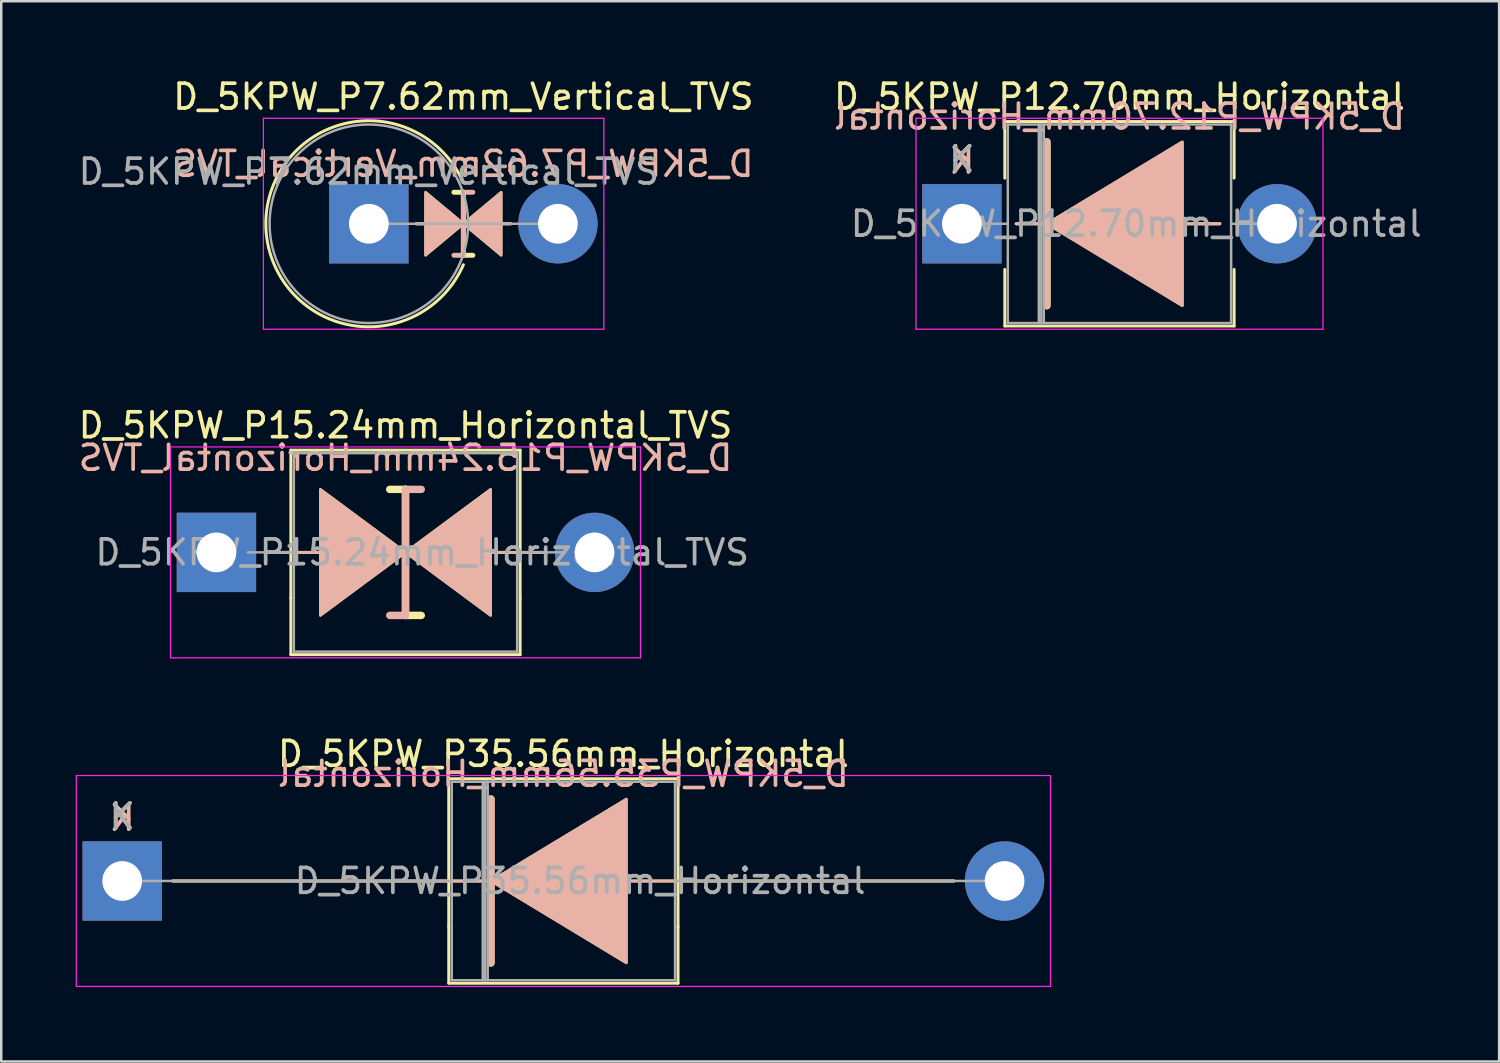
<source format=kicad_pcb>
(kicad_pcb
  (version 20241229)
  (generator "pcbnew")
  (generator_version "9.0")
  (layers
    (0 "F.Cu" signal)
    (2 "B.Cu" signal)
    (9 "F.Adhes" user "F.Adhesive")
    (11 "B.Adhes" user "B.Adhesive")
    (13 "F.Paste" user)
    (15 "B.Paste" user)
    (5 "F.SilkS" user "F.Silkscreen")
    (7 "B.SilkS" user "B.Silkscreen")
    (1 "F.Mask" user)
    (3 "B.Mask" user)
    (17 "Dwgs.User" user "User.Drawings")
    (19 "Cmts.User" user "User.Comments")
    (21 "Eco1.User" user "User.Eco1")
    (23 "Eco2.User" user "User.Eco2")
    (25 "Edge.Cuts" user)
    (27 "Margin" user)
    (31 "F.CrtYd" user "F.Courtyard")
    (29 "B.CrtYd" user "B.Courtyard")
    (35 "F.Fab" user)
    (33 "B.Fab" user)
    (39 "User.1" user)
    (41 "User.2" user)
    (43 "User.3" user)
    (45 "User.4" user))
  (footprint "D_5KPW_P35.56mm_Horizontal"
    (layer "F.Cu")
    (at 1.875 32.455)
    (property "Reference" "D_5KPW_P35.56mm_Horizontal" (at 17.78 -5.12 0) (layer "F.SilkS") (effects (font (size 1 1) (thickness 0.15))))
    (fp_line (start 2.032 0) (end 14.859 0) (stroke (width 0.12) (type solid)) (layer "F.SilkS"))
    (fp_line (start 13.16 -4.12) (end 22.4 -4.12) (stroke (width 0.12) (type solid)) (layer "F.SilkS"))
    (fp_line (start 13.16 1.84) (end 13.16 -4.12) (stroke (width 0.12) (type solid)) (layer "F.SilkS"))
    (fp_line (start 13.16 1.84) (end 13.16 4.12) (stroke (width 0.12) (type solid)) (layer "F.SilkS"))
    (fp_line (start 13.16 4.12) (end 22.4 4.12) (stroke (width 0.12) (type solid)) (layer "F.SilkS"))
    (fp_line (start 14.859 -3.302) (end 14.859 3.302) (stroke (width 0.3) (type solid)) (layer "F.SilkS"))
    (fp_line (start 22.4 -4.12) (end 22.4 1.84) (stroke (width 0.12) (type solid)) (layer "F.SilkS"))
    (fp_line (start 22.4 4.12) (end 22.4 1.84) (stroke (width 0.12) (type solid)) (layer "F.SilkS"))
    (fp_line (start 33.528 0) (end 19.83 0) (stroke (width 0.12) (type solid)) (layer "F.SilkS"))
    (fp_poly (pts (xy 20.32 3.302) (xy 14.859 0) (xy 20.32 -3.302)) (stroke (width 0.1) (type solid)) (fill yes) (layer "F.SilkS"))
    (fp_line (start 2.032 0) (end 14.859 0) (stroke (width 0.12) (type solid)) (layer "B.SilkS"))
    (fp_line (start 14.859 3.302) (end 14.859 -3.302) (stroke (width 0.3) (type solid)) (layer "B.SilkS"))
    (fp_line (start 33.528 0) (end 19.83 0) (stroke (width 0.12) (type solid)) (layer "B.SilkS"))
    (fp_poly (pts (xy 20.32 -3.302) (xy 14.859 0) (xy 20.32 3.302)) (stroke (width 0.1) (type solid)) (fill yes) (layer "B.SilkS"))
    (fp_line (start -1.85 -4.25) (end -1.85 4.25) (stroke (width 0.05) (type solid)) (layer "F.CrtYd"))
    (fp_line (start -1.85 4.25) (end 37.41 4.25) (stroke (width 0.05) (type solid)) (layer "F.CrtYd"))
    (fp_line (start 37.41 -4.25) (end -1.85 -4.25) (stroke (width 0.05) (type solid)) (layer "F.CrtYd"))
    (fp_line (start 37.41 4.25) (end 37.41 -4.25) (stroke (width 0.05) (type solid)) (layer "F.CrtYd"))
    (fp_line (start 0 0) (end 13.28 0) (stroke (width 0.1) (type solid)) (layer "F.Fab"))
    (fp_line (start 13.28 -4) (end 13.28 4) (stroke (width 0.1) (type solid)) (layer "F.Fab"))
    (fp_line (start 13.28 4) (end 22.28 4) (stroke (width 0.1) (type solid)) (layer "F.Fab"))
    (fp_line (start 14.53 -4) (end 14.53 4) (stroke (width 0.1) (type solid)) (layer "F.Fab"))
    (fp_line (start 14.63 -4) (end 14.63 4) (stroke (width 0.1) (type solid)) (layer "F.Fab"))
    (fp_line (start 14.73 -4) (end 14.73 4) (stroke (width 0.1) (type solid)) (layer "F.Fab"))
    (fp_line (start 22.28 -4) (end 13.28 -4) (stroke (width 0.1) (type solid)) (layer "F.Fab"))
    (fp_line (start 22.28 4) (end 22.28 -4) (stroke (width 0.1) (type solid)) (layer "F.Fab"))
    (fp_line (start 35.56 0) (end 22.28 0) (stroke (width 0.1) (type solid)) (layer "F.Fab"))
    (fp_text user "K" (at 0 -2.6 0) (layer "F.SilkS") (effects (font (size 1 1) (thickness 0.15))))
    (fp_text user "K" (at 0 -2.54 0) (layer "B.SilkS") (effects (font (size 1 1) (thickness 0.15)) (justify mirror)))
    (fp_text user "${REFERENCE}" (at 17.78 -4.318 0) (layer "B.SilkS") (effects (font (size 1 1) (thickness 0.15)) (justify mirror)))
    (fp_text user "${REFERENCE}" (at 18.455 0 0) (layer "F.Fab") (effects (font (size 1 1) (thickness 0.15))))
    (fp_text user "K" (at 0 -2.6 0) (layer "F.Fab") (effects (font (size 1 1) (thickness 0.15))))
    (pad "1" thru_hole rect (at 0 0) (size 3.2 3.2) (drill 1.6) (layers "*.Cu" "*.Mask"))
    (pad "2" thru_hole oval (at 35.56 0) (size 3.2 3.2) (drill 1.6) (layers "*.Cu" "*.Mask")))
  (footprint "D_5KPW_P7.62mm_Vertical_TVS"
    (layer "F.Cu")
    (at 11.815 5.968)
    (property "Reference" "D_5KPW_P7.62mm_Vertical_TVS" (at 3.81 -5.12 0) (layer "F.SilkS") (effects (font (size 1 1) (thickness 0.15))))
    (fp_line (start 1.905 0) (end 5.72 0) (stroke (width 0.12) (type solid)) (layer "F.SilkS"))
    (fp_line (start 3.81 -1.27) (end 3.429 -1.27) (stroke (width 0.2) (type solid)) (layer "F.SilkS"))
    (fp_line (start 3.81 1.27) (end 3.81 -1.27) (stroke (width 0.2) (type solid)) (layer "F.SilkS"))
    (fp_line (start 3.81 1.27) (end 4.191 1.27) (stroke (width 0.2) (type solid)) (layer "F.SilkS"))
    (fp_arc (start 3.809999 1.651) (mid -4.152335 0.000001) (end 3.809999 -1.650999) (stroke (width 0.12) (type solid)) (layer "F.SilkS"))
    (fp_poly (pts (xy 3.81 0) (xy 2.286 1.27) (xy 2.286 -1.27)) (stroke (width 0.1) (type solid)) (fill yes) (layer "F.SilkS"))
    (fp_poly (pts (xy 5.334 1.27) (xy 3.81 0) (xy 5.334 -1.27)) (stroke (width 0.1) (type solid)) (fill yes) (layer "F.SilkS"))
    (fp_line (start 1.905 0) (end 5.72 0) (stroke (width 0.12) (type solid)) (layer "B.SilkS"))
    (fp_line (start 3.81 -1.27) (end 3.81 1.27) (stroke (width 0.2) (type solid)) (layer "B.SilkS"))
    (fp_line (start 3.81 -1.27) (end 4.191 -1.27) (stroke (width 0.2) (type solid)) (layer "B.SilkS"))
    (fp_line (start 3.81 1.27) (end 3.429 1.27) (stroke (width 0.2) (type solid)) (layer "B.SilkS"))
    (fp_poly (pts (xy 3.81 0) (xy 2.286 -1.27) (xy 2.286 1.27)) (stroke (width 0.1) (type solid)) (fill yes) (layer "B.SilkS"))
    (fp_poly (pts (xy 5.334 -1.27) (xy 3.81 0) (xy 5.334 1.27)) (stroke (width 0.1) (type solid)) (fill yes) (layer "B.SilkS"))
    (fp_line (start -4.25 -4.25) (end -4.25 4.25) (stroke (width 0.05) (type solid)) (layer "F.CrtYd"))
    (fp_line (start -4.25 4.25) (end 9.47 4.25) (stroke (width 0.05) (type solid)) (layer "F.CrtYd"))
    (fp_line (start 9.47 -4.25) (end -4.25 -4.25) (stroke (width 0.05) (type solid)) (layer "F.CrtYd"))
    (fp_line (start 9.47 4.25) (end 9.47 -4.25) (stroke (width 0.05) (type solid)) (layer "F.CrtYd"))
    (fp_line (start 0 0) (end 7.62 0) (stroke (width 0.1) (type solid)) (layer "F.Fab"))
    (fp_circle (center 0 0) (end 4 0) (stroke (width 0.1) (type solid)) (fill no) (layer "F.Fab"))
    (fp_text user "${REFERENCE}" (at 3.81 -2.413 0) (layer "B.SilkS") (effects (font (size 1 1) (thickness 0.15)) (justify mirror)))
    (fp_text user "${REFERENCE}" (at 0 -2.1 0) (layer "F.Fab") (effects (font (size 1 1) (thickness 0.15))))
    (pad "1" thru_hole rect (at 0 0) (size 3.2 3.2) (drill 1.6) (layers "*.Cu" "*.Mask"))
    (pad "2" thru_hole oval (at 7.62 0) (size 3.2 3.2) (drill 1.6) (layers "*.Cu" "*.Mask")))
  (footprint "D_5KPW_P12.70mm_Horizontal"
    (layer "F.Cu")
    (at 35.716 5.968)
    (property "Reference" "D_5KPW_P12.70mm_Horizontal" (at 6.35 -5.12 0) (layer "F.SilkS") (effects (font (size 1 1) (thickness 0.15))))
    (fp_line (start 1.73 -4.12) (end 10.97 -4.12) (stroke (width 0.12) (type solid)) (layer "F.SilkS"))
    (fp_line (start 1.73 -1.84) (end 1.73 -4.12) (stroke (width 0.12) (type solid)) (layer "F.SilkS"))
    (fp_line (start 1.73 1.84) (end 1.73 4.12) (stroke (width 0.12) (type solid)) (layer "F.SilkS"))
    (fp_line (start 1.73 4.12) (end 10.97 4.12) (stroke (width 0.12) (type solid)) (layer "F.SilkS"))
    (fp_line (start 2.2 0) (end 3.429 0) (stroke (width 0.12) (type solid)) (layer "F.SilkS"))
    (fp_line (start 3.429 -3.302) (end 3.429 3.302) (stroke (width 0.3) (type solid)) (layer "F.SilkS"))
    (fp_line (start 10.4 0) (end 8.4 0) (stroke (width 0.12) (type solid)) (layer "F.SilkS"))
    (fp_line (start 10.97 -4.12) (end 10.97 -1.84) (stroke (width 0.12) (type solid)) (layer "F.SilkS"))
    (fp_line (start 10.97 4.12) (end 10.97 1.84) (stroke (width 0.12) (type solid)) (layer "F.SilkS"))
    (fp_poly (pts (xy 8.89 3.302) (xy 3.429 0) (xy 8.89 -3.302)) (stroke (width 0.1) (type solid)) (fill yes) (layer "F.SilkS"))
    (fp_line (start 2.179 0) (end 3.409 0) (stroke (width 0.12) (type solid)) (layer "B.SilkS"))
    (fp_line (start 3.409 3.302) (end 3.409 -3.302) (stroke (width 0.3) (type solid)) (layer "B.SilkS"))
    (fp_line (start 10.38 0) (end 8.38 0) (stroke (width 0.12) (type solid)) (layer "B.SilkS"))
    (fp_poly (pts (xy 8.87 -3.302) (xy 3.409 0) (xy 8.87 3.302)) (stroke (width 0.1) (type solid)) (fill yes) (layer "B.SilkS"))
    (fp_line (start -1.85 -4.25) (end -1.85 4.25) (stroke (width 0.05) (type solid)) (layer "F.CrtYd"))
    (fp_line (start -1.85 4.25) (end 14.55 4.25) (stroke (width 0.05) (type solid)) (layer "F.CrtYd"))
    (fp_line (start 14.55 -4.25) (end -1.85 -4.25) (stroke (width 0.05) (type solid)) (layer "F.CrtYd"))
    (fp_line (start 14.55 4.25) (end 14.55 -4.25) (stroke (width 0.05) (type solid)) (layer "F.CrtYd"))
    (fp_line (start 0 0) (end 1.85 0) (stroke (width 0.1) (type solid)) (layer "F.Fab"))
    (fp_line (start 1.85 -4) (end 1.85 4) (stroke (width 0.1) (type solid)) (layer "F.Fab"))
    (fp_line (start 1.85 4) (end 10.85 4) (stroke (width 0.1) (type solid)) (layer "F.Fab"))
    (fp_line (start 3.1 -4) (end 3.1 4) (stroke (width 0.1) (type solid)) (layer "F.Fab"))
    (fp_line (start 3.2 -4) (end 3.2 4) (stroke (width 0.1) (type solid)) (layer "F.Fab"))
    (fp_line (start 3.3 -4) (end 3.3 4) (stroke (width 0.1) (type solid)) (layer "F.Fab"))
    (fp_line (start 10.85 -4) (end 1.85 -4) (stroke (width 0.1) (type solid)) (layer "F.Fab"))
    (fp_line (start 10.85 4) (end 10.85 -4) (stroke (width 0.1) (type solid)) (layer "F.Fab"))
    (fp_line (start 12.7 0) (end 10.85 0) (stroke (width 0.1) (type solid)) (layer "F.Fab"))
    (fp_text user "K" (at 0 -2.6 0) (layer "F.SilkS") (effects (font (size 1 1) (thickness 0.15))))
    (fp_text user "K" (at 0 -2.54 180) (layer "B.SilkS") (effects (font (size 1 1) (thickness 0.15)) (justify mirror)))
    (fp_text user "${REFERENCE}" (at 6.35 -4.318 0) (layer "B.SilkS") (effects (font (size 1 1) (thickness 0.15)) (justify mirror)))
    (fp_text user "K" (at 0 -2.6 0) (layer "F.Fab") (effects (font (size 1 1) (thickness 0.15))))
    (fp_text user "${REFERENCE}" (at 7.025 0 0) (layer "F.Fab") (effects (font (size 1 1) (thickness 0.15))))
    (pad "1" thru_hole rect (at 0 0) (size 3.2 3.2) (drill 1.6) (layers "*.Cu" "*.Mask"))
    (pad "2" thru_hole oval (at 12.7 0) (size 3.2 3.2) (drill 1.6) (layers "*.Cu" "*.Mask")))
  (footprint "D_5KPW_P15.24mm_Horizontal_TVS"
    (layer "F.Cu")
    (at 5.672 19.212)
    (property "Reference" "D_5KPW_P15.24mm_Horizontal_TVS" (at 7.62 -5.12 0) (layer "F.SilkS") (effects (font (size 1 1) (thickness 0.15))))
    (fp_line (start 3 -4.12) (end 12.24 -4.12) (stroke (width 0.12) (type solid)) (layer "F.SilkS"))
    (fp_line (start 3 1.84) (end 3 -4.12) (stroke (width 0.12) (type solid)) (layer "F.SilkS"))
    (fp_line (start 3 1.84) (end 3 4.12) (stroke (width 0.12) (type solid)) (layer "F.SilkS"))
    (fp_line (start 3 4.12) (end 12.24 4.12) (stroke (width 0.12) (type solid)) (layer "F.SilkS"))
    (fp_line (start 4.191 0) (end 2.032 0) (stroke (width 0.12) (type solid)) (layer "F.SilkS"))
    (fp_line (start 7.62 -2.54) (end 6.985 -2.54) (stroke (width 0.3) (type solid)) (layer "F.SilkS"))
    (fp_line (start 7.62 2.54) (end 7.62 -2.54) (stroke (width 0.3) (type solid)) (layer "F.SilkS"))
    (fp_line (start 8.255 2.54) (end 7.62 2.54) (stroke (width 0.3) (type solid)) (layer "F.SilkS"))
    (fp_line (start 12.24 -4.12) (end 12.24 1.84) (stroke (width 0.12) (type solid)) (layer "F.SilkS"))
    (fp_line (start 12.24 4.12) (end 12.24 1.84) (stroke (width 0.12) (type solid)) (layer "F.SilkS"))
    (fp_line (start 13.208 0) (end 11.049 0) (stroke (width 0.12) (type solid)) (layer "F.SilkS"))
    (fp_poly (pts (xy 7.62 0) (xy 4.191 2.54) (xy 4.191 -2.54)) (stroke (width 0.1) (type solid)) (fill yes) (layer "F.SilkS"))
    (fp_poly (pts (xy 7.62 0) (xy 11.049 -2.54) (xy 11.049 2.54)) (stroke (width 0.1) (type solid)) (fill yes) (layer "F.SilkS"))
    (fp_line (start 4.191 0) (end 2.032 0) (stroke (width 0.12) (type solid)) (layer "B.SilkS"))
    (fp_line (start 7.62 -2.54) (end 7.62 2.54) (stroke (width 0.3) (type solid)) (layer "B.SilkS"))
    (fp_line (start 7.62 2.54) (end 6.985 2.54) (stroke (width 0.3) (type solid)) (layer "B.SilkS"))
    (fp_line (start 8.255 -2.54) (end 7.62 -2.54) (stroke (width 0.3) (type solid)) (layer "B.SilkS"))
    (fp_line (start 13.208 0) (end 11.049 0) (stroke (width 0.12) (type solid)) (layer "B.SilkS"))
    (fp_poly (pts (xy 7.62 0) (xy 4.191 -2.54) (xy 4.191 2.54)) (stroke (width 0.1) (type solid)) (fill yes) (layer "B.SilkS"))
    (fp_poly (pts (xy 7.62 0) (xy 11.049 2.54) (xy 11.049 -2.54)) (stroke (width 0.1) (type solid)) (fill yes) (layer "B.SilkS"))
    (fp_line (start -1.85 -4.25) (end -1.85 4.25) (stroke (width 0.05) (type solid)) (layer "F.CrtYd"))
    (fp_line (start -1.85 4.25) (end 17.09 4.25) (stroke (width 0.05) (type solid)) (layer "F.CrtYd"))
    (fp_line (start 17.09 -4.25) (end -1.85 -4.25) (stroke (width 0.05) (type solid)) (layer "F.CrtYd"))
    (fp_line (start 17.09 4.25) (end 17.09 -4.25) (stroke (width 0.05) (type solid)) (layer "F.CrtYd"))
    (fp_line (start 1.27 0) (end 3.12 0) (stroke (width 0.1) (type solid)) (layer "F.Fab"))
    (fp_line (start 3.12 -4) (end 3.12 4) (stroke (width 0.1) (type solid)) (layer "F.Fab"))
    (fp_line (start 3.12 4) (end 12.12 4) (stroke (width 0.1) (type solid)) (layer "F.Fab"))
    (fp_line (start 12.12 -4) (end 3.12 -4) (stroke (width 0.1) (type solid)) (layer "F.Fab"))
    (fp_line (start 12.12 4) (end 12.12 -4) (stroke (width 0.1) (type solid)) (layer "F.Fab"))
    (fp_line (start 13.97 0) (end 12.12 0) (stroke (width 0.1) (type solid)) (layer "F.Fab"))
    (fp_text user "${REFERENCE}" (at 7.62 -3.81 0) (layer "B.SilkS") (effects (font (size 1 1) (thickness 0.15)) (justify mirror)))
    (fp_text user "${REFERENCE}" (at 8.295 0 0) (layer "F.Fab") (effects (font (size 1 1) (thickness 0.15))))
    (pad "1" thru_hole rect (at 0 0) (size 3.2 3.2) (drill 1.6) (layers "*.Cu" "*.Mask"))
    (pad "2" thru_hole oval (at 15.24 0) (size 3.2 3.2) (drill 1.6) (layers "*.Cu" "*.Mask")))
  (gr_rect
    (start -3 -3)
    (end 57.366 39.73)
    (stroke (width 0.1) (type default))
    (fill no)
    (layer "Edge.Cuts")))
</source>
